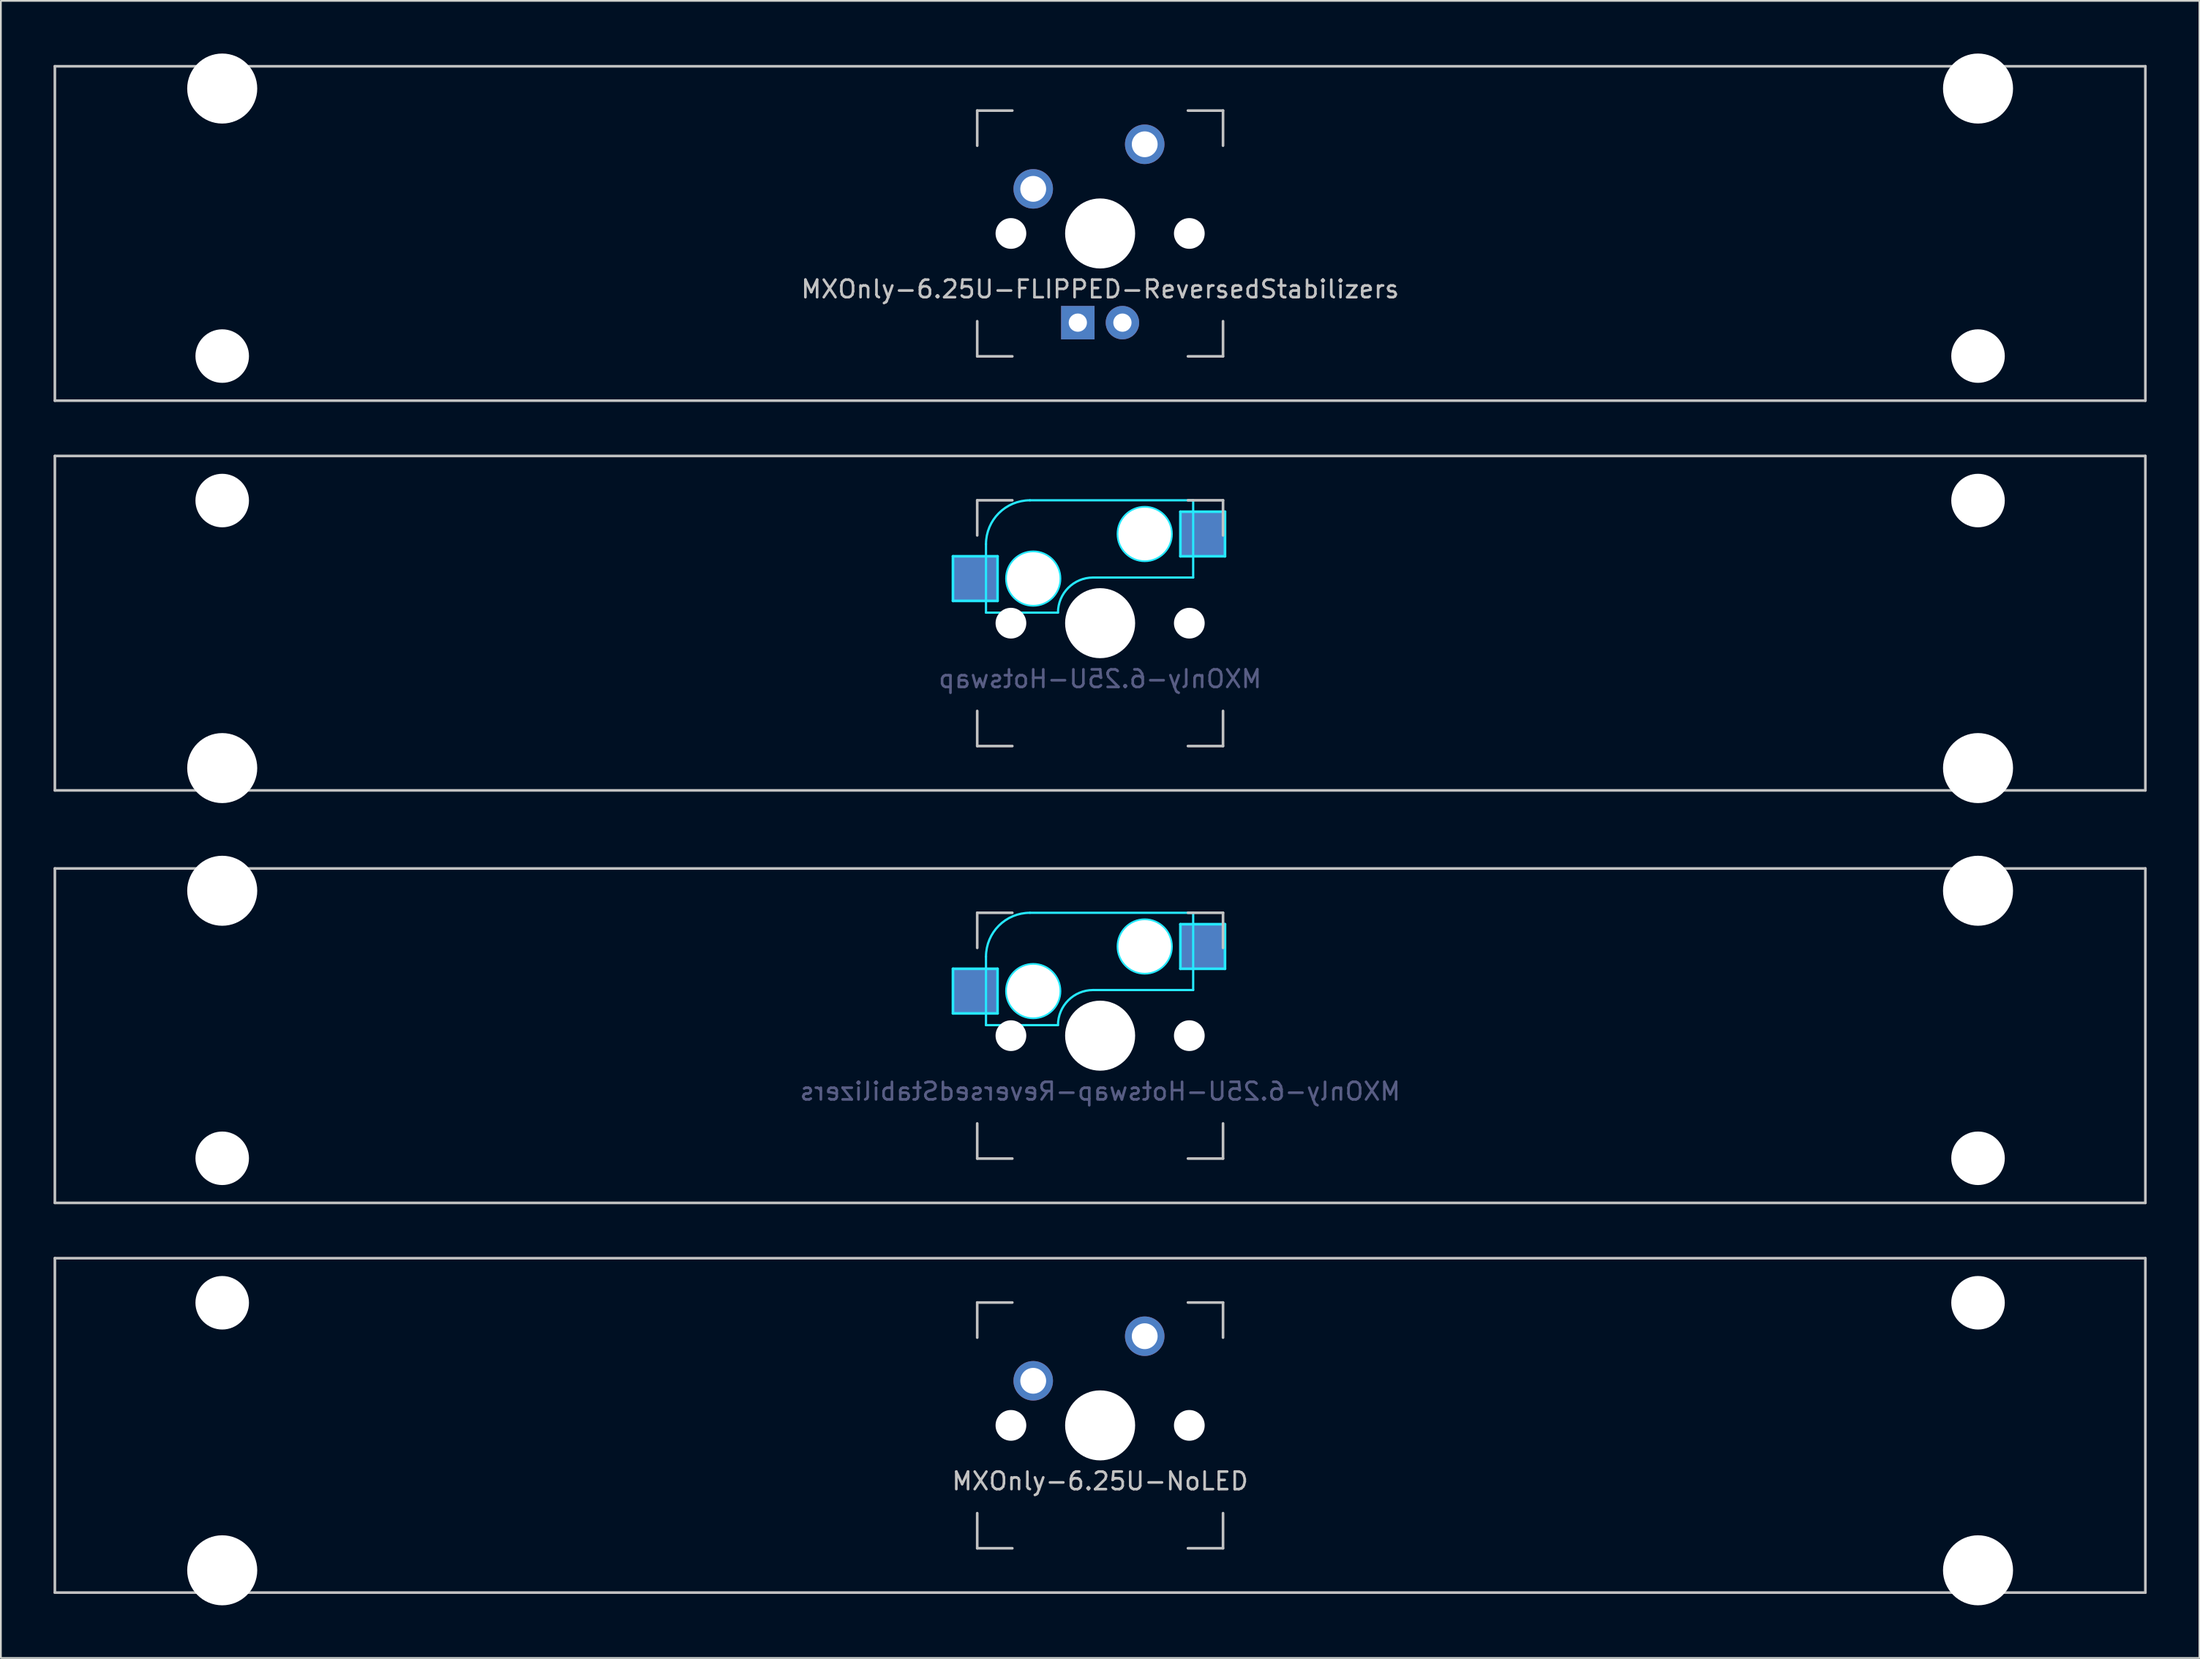
<source format=kicad_pcb>
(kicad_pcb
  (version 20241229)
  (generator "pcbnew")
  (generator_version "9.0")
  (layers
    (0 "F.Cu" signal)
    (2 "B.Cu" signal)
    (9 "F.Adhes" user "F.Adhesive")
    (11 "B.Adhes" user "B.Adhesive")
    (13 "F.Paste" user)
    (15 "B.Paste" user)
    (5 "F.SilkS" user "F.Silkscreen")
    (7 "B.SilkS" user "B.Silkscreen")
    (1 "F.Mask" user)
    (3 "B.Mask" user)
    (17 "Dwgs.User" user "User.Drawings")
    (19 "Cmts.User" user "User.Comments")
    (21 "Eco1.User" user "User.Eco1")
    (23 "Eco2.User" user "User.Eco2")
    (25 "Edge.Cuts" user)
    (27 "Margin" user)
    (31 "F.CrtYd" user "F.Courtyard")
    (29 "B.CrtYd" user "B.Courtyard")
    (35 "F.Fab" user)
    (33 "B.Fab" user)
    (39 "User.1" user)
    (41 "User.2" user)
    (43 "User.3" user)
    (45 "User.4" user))
  (footprint "MXOnly-6.25U-Hotswap"
    (layer "F.Cu")
    (at 59.606 32.449)
    (property "Reference" "MXOnly-6.25U-Hotswap" (at 0 3.175 0) (layer "B.Fab") (effects (font (size 1 1) (thickness 0.15)) (justify mirror)))
    (attr smd)
    (fp_line (start -59.531 -9.525) (end 59.531 -9.525) (stroke (width 0.15) (type solid)) (layer "Dwgs.User"))
    (fp_line (start -59.531 9.525) (end -59.531 -9.525) (stroke (width 0.15) (type solid)) (layer "Dwgs.User"))
    (fp_line (start -7 -7) (end -7 -5) (stroke (width 0.15) (type solid)) (layer "Dwgs.User"))
    (fp_line (start -7 5) (end -7 7) (stroke (width 0.15) (type solid)) (layer "Dwgs.User"))
    (fp_line (start -7 7) (end -5 7) (stroke (width 0.15) (type solid)) (layer "Dwgs.User"))
    (fp_line (start -5 -7) (end -7 -7) (stroke (width 0.15) (type solid)) (layer "Dwgs.User"))
    (fp_line (start 5 -7) (end 7 -7) (stroke (width 0.15) (type solid)) (layer "Dwgs.User"))
    (fp_line (start 5 7) (end 7 7) (stroke (width 0.15) (type solid)) (layer "Dwgs.User"))
    (fp_line (start 7 -7) (end 7 -5) (stroke (width 0.15) (type solid)) (layer "Dwgs.User"))
    (fp_line (start 7 7) (end 7 5) (stroke (width 0.15) (type solid)) (layer "Dwgs.User"))
    (fp_line (start 59.531 -9.525) (end 59.531 9.525) (stroke (width 0.15) (type solid)) (layer "Dwgs.User"))
    (fp_line (start 59.531 9.525) (end -59.531 9.525) (stroke (width 0.15) (type solid)) (layer "Dwgs.User"))
    (fp_line (start -8.382 -3.81) (end -5.842 -3.81) (stroke (width 0.15) (type solid)) (layer "B.CrtYd"))
    (fp_line (start -8.382 -1.27) (end -8.382 -3.81) (stroke (width 0.15) (type solid)) (layer "B.CrtYd"))
    (fp_line (start -6.5 -4.5) (end -6.5 -0.6) (stroke (width 0.127) (type solid)) (layer "B.CrtYd"))
    (fp_line (start -6.5 -0.6) (end -2.4 -0.6) (stroke (width 0.127) (type solid)) (layer "B.CrtYd"))
    (fp_line (start -5.842 -3.81) (end -5.842 -1.27) (stroke (width 0.15) (type solid)) (layer "B.CrtYd"))
    (fp_line (start -5.842 -1.27) (end -8.382 -1.27) (stroke (width 0.15) (type solid)) (layer "B.CrtYd"))
    (fp_line (start -0.4 -2.6) (end 5.3 -2.6) (stroke (width 0.127) (type solid)) (layer "B.CrtYd"))
    (fp_line (start 4.572 -6.35) (end 7.112 -6.35) (stroke (width 0.15) (type solid)) (layer "B.CrtYd"))
    (fp_line (start 4.572 -3.81) (end 4.572 -6.35) (stroke (width 0.15) (type solid)) (layer "B.CrtYd"))
    (fp_line (start 5.3 -7) (end -4 -7) (stroke (width 0.127) (type solid)) (layer "B.CrtYd"))
    (fp_line (start 5.3 -7) (end 5.3 -2.6) (stroke (width 0.127) (type solid)) (layer "B.CrtYd"))
    (fp_line (start 7.112 -6.35) (end 7.112 -3.81) (stroke (width 0.15) (type solid)) (layer "B.CrtYd"))
    (fp_line (start 7.112 -3.81) (end 4.572 -3.81) (stroke (width 0.15) (type solid)) (layer "B.CrtYd"))
    (fp_arc (start -6.5 -4.5) (mid -5.767767 -6.267767) (end -4 -7) (stroke (width 0.127) (type solid)) (layer "B.CrtYd"))
    (fp_arc (start -2.4 -0.6) (mid -1.814214 -2.014214) (end -0.4 -2.6) (stroke (width 0.127) (type solid)) (layer "B.CrtYd"))
    (fp_circle (center -3.81 -2.54) (end -3.81 -4.064) (stroke (width 0.15) (type solid)) (fill no) (layer "B.CrtYd"))
    (fp_circle (center 2.54 -5.08) (end 2.54 -6.604) (stroke (width 0.15) (type solid)) (fill no) (layer "B.CrtYd"))
    (pad "" np_thru_hole circle (at -50 -6.985) (size 3.048 3.048) (drill 3.048) (layers "*.Cu" "*.Mask"))
    (pad "" np_thru_hole circle (at -50 8.255) (size 3.988 3.988) (drill 3.988) (layers "*.Cu" "*.Mask"))
    (pad "" np_thru_hole circle (at -5.08 0 48.1) (size 1.75 1.75) (drill 1.75) (layers "*.Cu" "*.Mask"))
    (pad "" np_thru_hole circle (at -3.81 -2.54) (size 3 3) (drill 3) (layers "*.Cu" "*.Mask"))
    (pad "" np_thru_hole circle (at 0 0) (size 3.988 3.988) (drill 3.988) (layers "*.Cu" "*.Mask"))
    (pad "" np_thru_hole circle (at 2.54 -5.08) (size 3 3) (drill 3) (layers "*.Cu" "*.Mask"))
    (pad "" np_thru_hole circle (at 5.08 0 48.1) (size 1.75 1.75) (drill 1.75) (layers "*.Cu" "*.Mask"))
    (pad "" np_thru_hole circle (at 50 -6.985) (size 3.048 3.048) (drill 3.048) (layers "*.Cu" "*.Mask"))
    (pad "" np_thru_hole circle (at 50 8.255) (size 3.988 3.988) (drill 3.988) (layers "*.Cu" "*.Mask"))
    (pad "1" smd rect (at -7.085 -2.54) (size 2.55 2.5) (layers "B.Cu" "B.Mask" "B.Paste"))
    (pad "2" smd rect (at 5.842 -5.08) (size 2.55 2.5) (layers "B.Cu" "B.Mask" "B.Paste")))
  (footprint "MXOnly-6.25U-FLIPPED-ReversedStabilizers"
    (layer "F.Cu")
    (at 59.606 10.249)
    (property "Reference" "MXOnly-6.25U-FLIPPED-ReversedStabilizers" (at 0 3.175 0) (layer "Dwgs.User") (effects (font (size 1 1) (thickness 0.15))))
    (attr through_hole)
    (fp_line (start -59.531 -9.525) (end 59.531 -9.525) (stroke (width 0.15) (type solid)) (layer "Dwgs.User"))
    (fp_line (start -59.531 9.525) (end -59.531 -9.525) (stroke (width 0.15) (type solid)) (layer "Dwgs.User"))
    (fp_line (start -59.531 9.525) (end 59.531 9.525) (stroke (width 0.15) (type solid)) (layer "Dwgs.User"))
    (fp_line (start -7 -7) (end -7 -5) (stroke (width 0.15) (type solid)) (layer "Dwgs.User"))
    (fp_line (start -7 5) (end -7 7) (stroke (width 0.15) (type solid)) (layer "Dwgs.User"))
    (fp_line (start -7 7) (end -5 7) (stroke (width 0.15) (type solid)) (layer "Dwgs.User"))
    (fp_line (start -5 -7) (end -7 -7) (stroke (width 0.15) (type solid)) (layer "Dwgs.User"))
    (fp_line (start 5 -7) (end 7 -7) (stroke (width 0.15) (type solid)) (layer "Dwgs.User"))
    (fp_line (start 5 7) (end 7 7) (stroke (width 0.15) (type solid)) (layer "Dwgs.User"))
    (fp_line (start 7 -7) (end 7 -5) (stroke (width 0.15) (type solid)) (layer "Dwgs.User"))
    (fp_line (start 7 7) (end 7 5) (stroke (width 0.15) (type solid)) (layer "Dwgs.User"))
    (fp_line (start 59.531 -9.525) (end 59.531 9.525) (stroke (width 0.15) (type solid)) (layer "Dwgs.User"))
    (pad "" np_thru_hole circle (at -50 -8.255) (size 3.988 3.988) (drill 3.988) (layers "*.Cu" "*.Mask"))
    (pad "" np_thru_hole circle (at -50 6.985) (size 3.048 3.048) (drill 3.048) (layers "*.Cu" "*.Mask"))
    (pad "" np_thru_hole circle (at -5.08 0 48.1) (size 1.75 1.75) (drill 1.75) (layers "*.Cu" "*.Mask"))
    (pad "" np_thru_hole circle (at 0 0) (size 3.988 3.988) (drill 3.988) (layers "*.Cu" "*.Mask"))
    (pad "" np_thru_hole circle (at 5.08 0 48.1) (size 1.75 1.75) (drill 1.75) (layers "*.Cu" "*.Mask"))
    (pad "" np_thru_hole circle (at 50 -8.255) (size 3.988 3.988) (drill 3.988) (layers "*.Cu" "*.Mask"))
    (pad "" np_thru_hole circle (at 50 6.985) (size 3.048 3.048) (drill 3.048) (layers "*.Cu" "*.Mask"))
    (pad "1" thru_hole circle (at -3.81 -2.54) (size 2.25 2.25) (drill 1.47) (layers "*.Cu" "B.Mask"))
    (pad "2" thru_hole circle (at 2.54 -5.08) (size 2.25 2.25) (drill 1.47) (layers "*.Cu" "B.Mask"))
    (pad "3" thru_hole circle (at 1.27 5.08) (size 1.905 1.905) (drill 1.04) (layers "*.Cu" "B.Mask"))
    (pad "4" thru_hole rect (at -1.27 5.08) (size 1.905 1.905) (drill 1.04) (layers "*.Cu" "B.Mask")))
  (footprint "MXOnly-6.25U-Hotswap-ReversedStabilizers"
    (layer "F.Cu")
    (at 59.606 55.947)
    (property "Reference" "MXOnly-6.25U-Hotswap-ReversedStabilizers" (at 0 3.175 0) (layer "B.Fab") (effects (font (size 1 1) (thickness 0.15)) (justify mirror)))
    (attr smd)
    (fp_line (start -59.531 -9.525) (end 59.531 -9.525) (stroke (width 0.15) (type solid)) (layer "Dwgs.User"))
    (fp_line (start -59.531 9.525) (end -59.531 -9.525) (stroke (width 0.15) (type solid)) (layer "Dwgs.User"))
    (fp_line (start -7 -7) (end -7 -5) (stroke (width 0.15) (type solid)) (layer "Dwgs.User"))
    (fp_line (start -7 5) (end -7 7) (stroke (width 0.15) (type solid)) (layer "Dwgs.User"))
    (fp_line (start -7 7) (end -5 7) (stroke (width 0.15) (type solid)) (layer "Dwgs.User"))
    (fp_line (start -5 -7) (end -7 -7) (stroke (width 0.15) (type solid)) (layer "Dwgs.User"))
    (fp_line (start 5 -7) (end 7 -7) (stroke (width 0.15) (type solid)) (layer "Dwgs.User"))
    (fp_line (start 5 7) (end 7 7) (stroke (width 0.15) (type solid)) (layer "Dwgs.User"))
    (fp_line (start 7 -7) (end 7 -5) (stroke (width 0.15) (type solid)) (layer "Dwgs.User"))
    (fp_line (start 7 7) (end 7 5) (stroke (width 0.15) (type solid)) (layer "Dwgs.User"))
    (fp_line (start 59.531 -9.525) (end 59.531 9.525) (stroke (width 0.15) (type solid)) (layer "Dwgs.User"))
    (fp_line (start 59.531 9.525) (end -59.531 9.525) (stroke (width 0.15) (type solid)) (layer "Dwgs.User"))
    (fp_line (start -8.382 -3.81) (end -5.842 -3.81) (stroke (width 0.15) (type solid)) (layer "B.CrtYd"))
    (fp_line (start -8.382 -1.27) (end -8.382 -3.81) (stroke (width 0.15) (type solid)) (layer "B.CrtYd"))
    (fp_line (start -6.5 -4.5) (end -6.5 -0.6) (stroke (width 0.127) (type solid)) (layer "B.CrtYd"))
    (fp_line (start -6.5 -0.6) (end -2.4 -0.6) (stroke (width 0.127) (type solid)) (layer "B.CrtYd"))
    (fp_line (start -5.842 -3.81) (end -5.842 -1.27) (stroke (width 0.15) (type solid)) (layer "B.CrtYd"))
    (fp_line (start -5.842 -1.27) (end -8.382 -1.27) (stroke (width 0.15) (type solid)) (layer "B.CrtYd"))
    (fp_line (start -0.4 -2.6) (end 5.3 -2.6) (stroke (width 0.127) (type solid)) (layer "B.CrtYd"))
    (fp_line (start 4.572 -6.35) (end 7.112 -6.35) (stroke (width 0.15) (type solid)) (layer "B.CrtYd"))
    (fp_line (start 4.572 -3.81) (end 4.572 -6.35) (stroke (width 0.15) (type solid)) (layer "B.CrtYd"))
    (fp_line (start 5.3 -7) (end -4 -7) (stroke (width 0.127) (type solid)) (layer "B.CrtYd"))
    (fp_line (start 5.3 -7) (end 5.3 -2.6) (stroke (width 0.127) (type solid)) (layer "B.CrtYd"))
    (fp_line (start 7.112 -6.35) (end 7.112 -3.81) (stroke (width 0.15) (type solid)) (layer "B.CrtYd"))
    (fp_line (start 7.112 -3.81) (end 4.572 -3.81) (stroke (width 0.15) (type solid)) (layer "B.CrtYd"))
    (fp_arc (start -6.5 -4.5) (mid -5.767767 -6.267767) (end -4 -7) (stroke (width 0.127) (type solid)) (layer "B.CrtYd"))
    (fp_arc (start -2.4 -0.6) (mid -1.814214 -2.014214) (end -0.4 -2.6) (stroke (width 0.127) (type solid)) (layer "B.CrtYd"))
    (fp_circle (center -3.81 -2.54) (end -3.81 -4.064) (stroke (width 0.15) (type solid)) (fill no) (layer "B.CrtYd"))
    (fp_circle (center 2.54 -5.08) (end 2.54 -6.604) (stroke (width 0.15) (type solid)) (fill no) (layer "B.CrtYd"))
    (pad "" np_thru_hole circle (at -50 -8.255) (size 3.988 3.988) (drill 3.988) (layers "*.Cu" "*.Mask"))
    (pad "" np_thru_hole circle (at -50 6.985) (size 3.048 3.048) (drill 3.048) (layers "*.Cu" "*.Mask"))
    (pad "" np_thru_hole circle (at -5.08 0 48.1) (size 1.75 1.75) (drill 1.75) (layers "*.Cu" "*.Mask"))
    (pad "" np_thru_hole circle (at -3.81 -2.54) (size 3 3) (drill 3) (layers "*.Cu" "*.Mask"))
    (pad "" np_thru_hole circle (at 0 0) (size 3.988 3.988) (drill 3.988) (layers "*.Cu" "*.Mask"))
    (pad "" np_thru_hole circle (at 2.54 -5.08) (size 3 3) (drill 3) (layers "*.Cu" "*.Mask"))
    (pad "" np_thru_hole circle (at 5.08 0 48.1) (size 1.75 1.75) (drill 1.75) (layers "*.Cu" "*.Mask"))
    (pad "" np_thru_hole circle (at 50 -8.255) (size 3.988 3.988) (drill 3.988) (layers "*.Cu" "*.Mask"))
    (pad "" np_thru_hole circle (at 50 6.985) (size 3.048 3.048) (drill 3.048) (layers "*.Cu" "*.Mask"))
    (pad "1" smd rect (at -7.085 -2.54) (size 2.55 2.5) (layers "B.Cu" "B.Mask" "B.Paste"))
    (pad "2" smd rect (at 5.842 -5.08) (size 2.55 2.5) (layers "B.Cu" "B.Mask" "B.Paste")))
  (footprint "MXOnly-6.25U-NoLED"
    (layer "F.Cu")
    (at 59.606 78.147)
    (property "Reference" "MXOnly-6.25U-NoLED" (at 0 3.175 0) (layer "Dwgs.User") (effects (font (size 1 1) (thickness 0.15))))
    (attr through_hole)
    (fp_line (start -59.531 -9.525) (end 59.531 -9.525) (stroke (width 0.15) (type solid)) (layer "Dwgs.User"))
    (fp_line (start -59.531 9.525) (end -59.531 -9.525) (stroke (width 0.15) (type solid)) (layer "Dwgs.User"))
    (fp_line (start -59.531 9.525) (end 59.531 9.525) (stroke (width 0.15) (type solid)) (layer "Dwgs.User"))
    (fp_line (start -7 -7) (end -7 -5) (stroke (width 0.15) (type solid)) (layer "Dwgs.User"))
    (fp_line (start -7 5) (end -7 7) (stroke (width 0.15) (type solid)) (layer "Dwgs.User"))
    (fp_line (start -7 7) (end -5 7) (stroke (width 0.15) (type solid)) (layer "Dwgs.User"))
    (fp_line (start -5 -7) (end -7 -7) (stroke (width 0.15) (type solid)) (layer "Dwgs.User"))
    (fp_line (start 5 -7) (end 7 -7) (stroke (width 0.15) (type solid)) (layer "Dwgs.User"))
    (fp_line (start 5 7) (end 7 7) (stroke (width 0.15) (type solid)) (layer "Dwgs.User"))
    (fp_line (start 7 -7) (end 7 -5) (stroke (width 0.15) (type solid)) (layer "Dwgs.User"))
    (fp_line (start 7 7) (end 7 5) (stroke (width 0.15) (type solid)) (layer "Dwgs.User"))
    (fp_line (start 59.531 -9.525) (end 59.531 9.525) (stroke (width 0.15) (type solid)) (layer "Dwgs.User"))
    (pad "" np_thru_hole circle (at -50 -6.985) (size 3.048 3.048) (drill 3.048) (layers "*.Cu" "*.Mask"))
    (pad "" np_thru_hole circle (at -50 8.255) (size 3.988 3.988) (drill 3.988) (layers "*.Cu" "*.Mask"))
    (pad "" np_thru_hole circle (at -5.08 0 48.1) (size 1.75 1.75) (drill 1.75) (layers "*.Cu" "*.Mask"))
    (pad "" np_thru_hole circle (at 0 0) (size 3.988 3.988) (drill 3.988) (layers "*.Cu" "*.Mask"))
    (pad "" np_thru_hole circle (at 5.08 0 48.1) (size 1.75 1.75) (drill 1.75) (layers "*.Cu" "*.Mask"))
    (pad "" np_thru_hole circle (at 50 -6.985) (size 3.048 3.048) (drill 3.048) (layers "*.Cu" "*.Mask"))
    (pad "" np_thru_hole circle (at 50 8.255) (size 3.988 3.988) (drill 3.988) (layers "*.Cu" "*.Mask"))
    (pad "1" thru_hole circle (at -3.81 -2.54) (size 2.25 2.25) (drill 1.47) (layers "*.Cu" "B.Mask"))
    (pad "2" thru_hole circle (at 2.54 -5.08) (size 2.25 2.25) (drill 1.47) (layers "*.Cu" "B.Mask")))
  (gr_rect
    (start -3 -3)
    (end 122.213 91.396)
    (stroke (width 0.1) (type default))
    (fill no)
    (layer "Edge.Cuts")))
</source>
